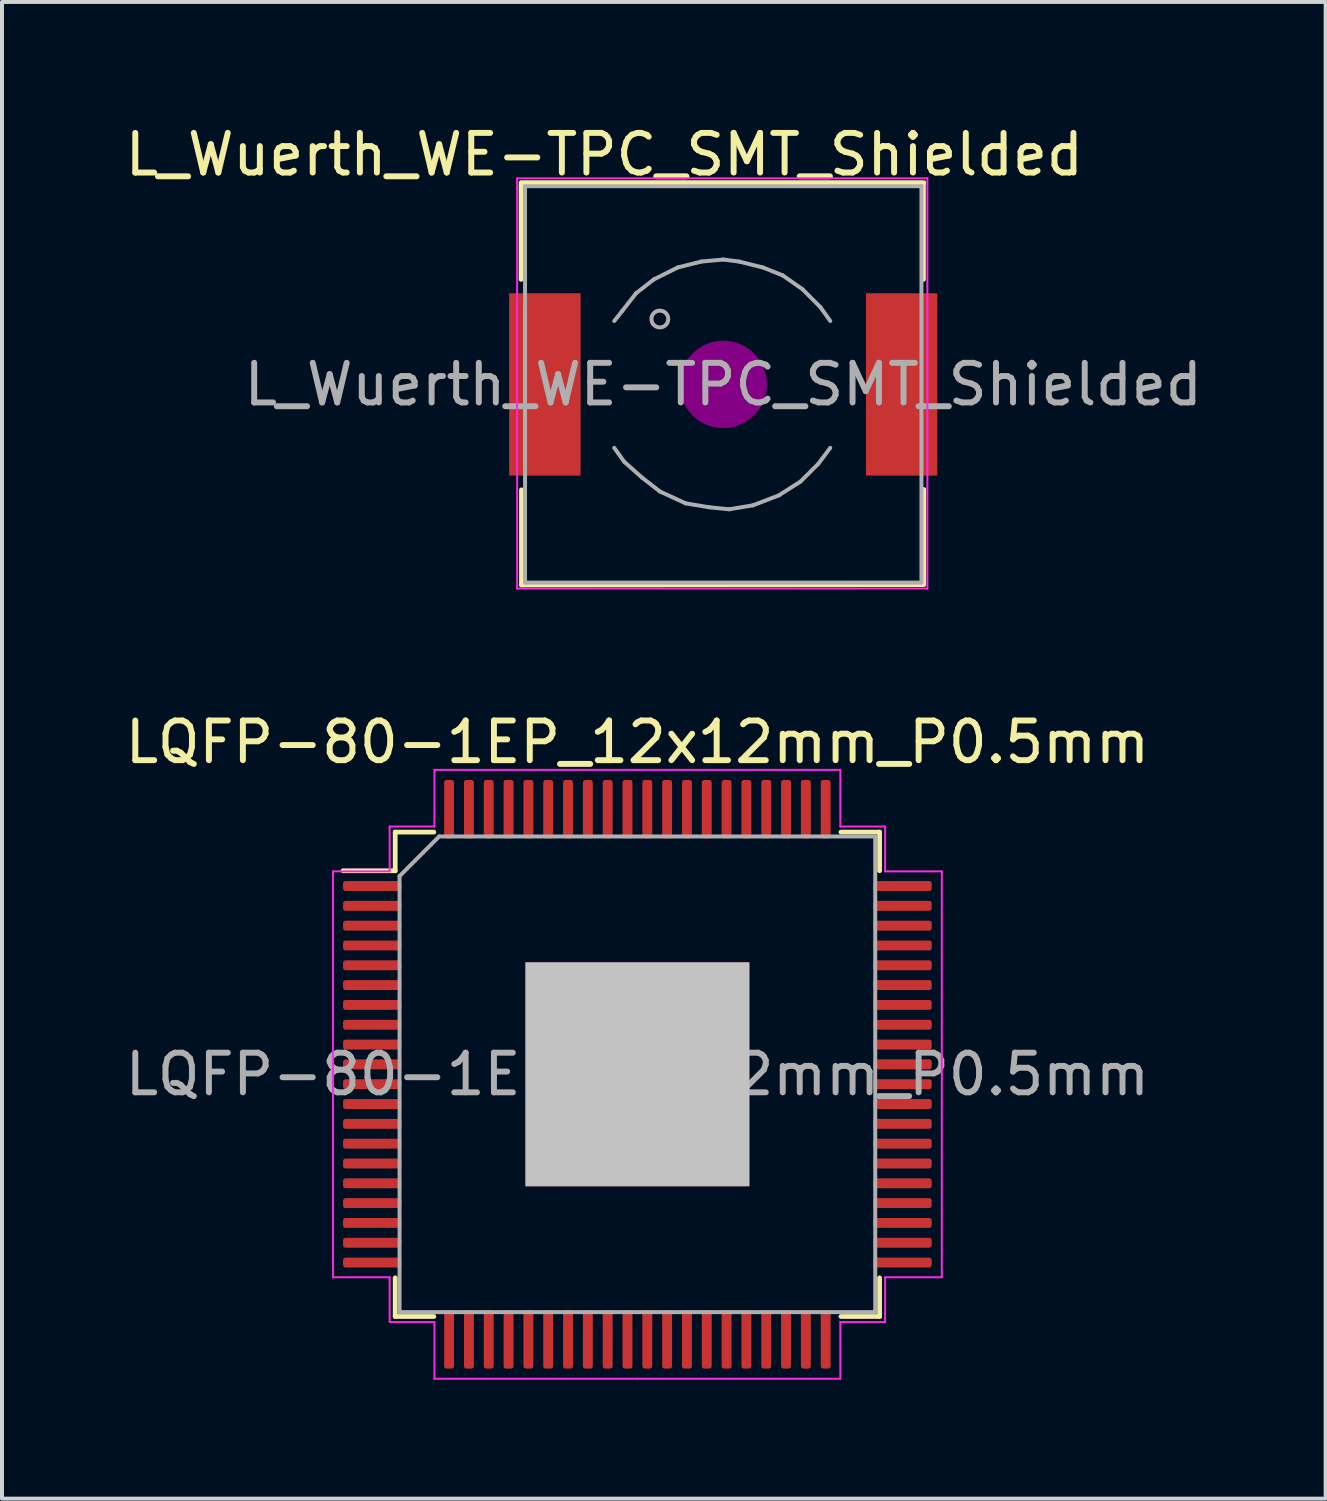
<source format=kicad_pcb>
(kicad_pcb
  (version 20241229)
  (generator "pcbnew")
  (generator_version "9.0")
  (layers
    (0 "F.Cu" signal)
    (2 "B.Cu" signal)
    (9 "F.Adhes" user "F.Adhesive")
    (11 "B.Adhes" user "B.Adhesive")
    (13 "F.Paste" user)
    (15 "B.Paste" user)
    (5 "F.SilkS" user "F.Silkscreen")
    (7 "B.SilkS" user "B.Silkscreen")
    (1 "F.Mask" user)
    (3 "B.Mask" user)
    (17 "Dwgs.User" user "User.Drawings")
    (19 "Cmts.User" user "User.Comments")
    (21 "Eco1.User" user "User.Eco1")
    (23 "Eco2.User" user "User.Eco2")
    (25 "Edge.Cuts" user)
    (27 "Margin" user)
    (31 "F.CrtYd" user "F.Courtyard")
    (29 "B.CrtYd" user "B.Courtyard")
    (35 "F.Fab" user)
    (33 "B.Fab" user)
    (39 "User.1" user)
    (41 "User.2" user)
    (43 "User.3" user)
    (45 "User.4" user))
  (footprint "LQFP-80-1EP_12x12mm_P0.5mm"
    (layer "F.Cu")
    (at 13.03 24.052)
    (property "Reference" "LQFP-80-1EP_12x12mm_P0.5mm" (at 0 -8.38 0) (layer "F.SilkS") (effects (font (size 1 1) (thickness 0.15))))
    (attr smd)
    (fp_line (start -6.11 -6.11) (end -6.11 -5.135) (stroke (width 0.12) (type solid)) (layer "F.SilkS"))
    (fp_line (start -6.11 -5.135) (end -7.425 -5.135) (stroke (width 0.12) (type solid)) (layer "F.SilkS"))
    (fp_line (start -6.11 6.11) (end -6.11 5.135) (stroke (width 0.12) (type solid)) (layer "F.SilkS"))
    (fp_line (start -5.135 -6.11) (end -6.11 -6.11) (stroke (width 0.12) (type solid)) (layer "F.SilkS"))
    (fp_line (start -5.135 6.11) (end -6.11 6.11) (stroke (width 0.12) (type solid)) (layer "F.SilkS"))
    (fp_line (start 5.135 -6.11) (end 6.11 -6.11) (stroke (width 0.12) (type solid)) (layer "F.SilkS"))
    (fp_line (start 5.135 6.11) (end 6.11 6.11) (stroke (width 0.12) (type solid)) (layer "F.SilkS"))
    (fp_line (start 6.11 -6.11) (end 6.11 -5.135) (stroke (width 0.12) (type solid)) (layer "F.SilkS"))
    (fp_line (start 6.11 6.11) (end 6.11 5.135) (stroke (width 0.12) (type solid)) (layer "F.SilkS"))
    (fp_rect (start -2.254 -2.254) (end -1.492 -1.492) (stroke (width 0.12) (type solid)) (fill yes) (layer "F.Paste"))
    (fp_rect (start -2.254 -0.984) (end -1.492 -0.222) (stroke (width 0.12) (type solid)) (fill yes) (layer "F.Paste"))
    (fp_rect (start -2.254 0.286) (end -1.492 1.048) (stroke (width 0.12) (type solid)) (fill yes) (layer "F.Paste"))
    (fp_rect (start -2.254 1.556) (end -1.492 2.318) (stroke (width 0.12) (type solid)) (fill yes) (layer "F.Paste"))
    (fp_rect (start -0.984 -2.254) (end -0.222 -1.492) (stroke (width 0.12) (type solid)) (fill yes) (layer "F.Paste"))
    (fp_rect (start -0.984 -0.984) (end -0.222 -0.222) (stroke (width 0.12) (type solid)) (fill yes) (layer "F.Paste"))
    (fp_rect (start -0.984 0.286) (end -0.222 1.048) (stroke (width 0.12) (type solid)) (fill yes) (layer "F.Paste"))
    (fp_rect (start -0.984 1.556) (end -0.222 2.318) (stroke (width 0.12) (type solid)) (fill yes) (layer "F.Paste"))
    (fp_rect (start 0.286 -2.254) (end 1.048 -1.492) (stroke (width 0.12) (type solid)) (fill yes) (layer "F.Paste"))
    (fp_rect (start 0.286 -0.984) (end 1.048 -0.222) (stroke (width 0.12) (type solid)) (fill yes) (layer "F.Paste"))
    (fp_rect (start 0.286 0.286) (end 1.048 1.048) (stroke (width 0.12) (type solid)) (fill yes) (layer "F.Paste"))
    (fp_rect (start 0.286 1.556) (end 1.048 2.318) (stroke (width 0.12) (type solid)) (fill yes) (layer "F.Paste"))
    (fp_rect (start 1.556 -2.254) (end 2.318 -1.492) (stroke (width 0.12) (type solid)) (fill yes) (layer "F.Paste"))
    (fp_rect (start 1.556 -0.984) (end 2.318 -0.222) (stroke (width 0.12) (type solid)) (fill yes) (layer "F.Paste"))
    (fp_rect (start 1.556 0.286) (end 2.318 1.048) (stroke (width 0.12) (type solid)) (fill yes) (layer "F.Paste"))
    (fp_rect (start 1.556 1.556) (end 2.318 2.318) (stroke (width 0.12) (type solid)) (fill yes) (layer "F.Paste"))
    (fp_line (start -7.68 -5.12) (end -7.68 0) (stroke (width 0.05) (type solid)) (layer "F.CrtYd"))
    (fp_line (start -7.68 5.12) (end -7.68 0) (stroke (width 0.05) (type solid)) (layer "F.CrtYd"))
    (fp_line (start -6.25 -6.25) (end -6.25 -5.12) (stroke (width 0.05) (type solid)) (layer "F.CrtYd"))
    (fp_line (start -6.25 -5.12) (end -7.68 -5.12) (stroke (width 0.05) (type solid)) (layer "F.CrtYd"))
    (fp_line (start -6.25 5.12) (end -7.68 5.12) (stroke (width 0.05) (type solid)) (layer "F.CrtYd"))
    (fp_line (start -6.25 6.25) (end -6.25 5.12) (stroke (width 0.05) (type solid)) (layer "F.CrtYd"))
    (fp_line (start -5.12 -7.68) (end -5.12 -6.25) (stroke (width 0.05) (type solid)) (layer "F.CrtYd"))
    (fp_line (start -5.12 -6.25) (end -6.25 -6.25) (stroke (width 0.05) (type solid)) (layer "F.CrtYd"))
    (fp_line (start -5.12 6.25) (end -6.25 6.25) (stroke (width 0.05) (type solid)) (layer "F.CrtYd"))
    (fp_line (start -5.12 7.68) (end -5.12 6.25) (stroke (width 0.05) (type solid)) (layer "F.CrtYd"))
    (fp_line (start 0 -7.68) (end -5.12 -7.68) (stroke (width 0.05) (type solid)) (layer "F.CrtYd"))
    (fp_line (start 0 -7.68) (end 5.12 -7.68) (stroke (width 0.05) (type solid)) (layer "F.CrtYd"))
    (fp_line (start 0 7.68) (end -5.12 7.68) (stroke (width 0.05) (type solid)) (layer "F.CrtYd"))
    (fp_line (start 0 7.68) (end 5.12 7.68) (stroke (width 0.05) (type solid)) (layer "F.CrtYd"))
    (fp_line (start 5.12 -7.68) (end 5.12 -6.25) (stroke (width 0.05) (type solid)) (layer "F.CrtYd"))
    (fp_line (start 5.12 -6.25) (end 6.25 -6.25) (stroke (width 0.05) (type solid)) (layer "F.CrtYd"))
    (fp_line (start 5.12 6.25) (end 6.25 6.25) (stroke (width 0.05) (type solid)) (layer "F.CrtYd"))
    (fp_line (start 5.12 7.68) (end 5.12 6.25) (stroke (width 0.05) (type solid)) (layer "F.CrtYd"))
    (fp_line (start 6.25 -6.25) (end 6.25 -5.12) (stroke (width 0.05) (type solid)) (layer "F.CrtYd"))
    (fp_line (start 6.25 -5.12) (end 7.68 -5.12) (stroke (width 0.05) (type solid)) (layer "F.CrtYd"))
    (fp_line (start 6.25 5.12) (end 7.68 5.12) (stroke (width 0.05) (type solid)) (layer "F.CrtYd"))
    (fp_line (start 6.25 6.25) (end 6.25 5.12) (stroke (width 0.05) (type solid)) (layer "F.CrtYd"))
    (fp_line (start 7.68 -5.12) (end 7.68 0) (stroke (width 0.05) (type solid)) (layer "F.CrtYd"))
    (fp_line (start 7.68 5.12) (end 7.68 0) (stroke (width 0.05) (type solid)) (layer "F.CrtYd"))
    (fp_line (start -6 -5) (end -5 -6) (stroke (width 0.1) (type solid)) (layer "F.Fab"))
    (fp_line (start -6 6) (end -6 -5) (stroke (width 0.1) (type solid)) (layer "F.Fab"))
    (fp_line (start -5 -6) (end 6 -6) (stroke (width 0.1) (type solid)) (layer "F.Fab"))
    (fp_line (start 6 -6) (end 6 6) (stroke (width 0.1) (type solid)) (layer "F.Fab"))
    (fp_line (start 6 6) (end -6 6) (stroke (width 0.1) (type solid)) (layer "F.Fab"))
    (fp_text user "${REFERENCE}" (at 0 0 0) (layer "F.Fab") (effects (font (size 1 1) (thickness 0.15))))
    (pad "1" smd roundrect (at -6.688 -4.75) (size 1.475 0.25) (layers "F.Cu" "F.Mask" "F.Paste") (roundrect_rratio 0.25))
    (pad "2" smd roundrect (at -6.688 -4.25) (size 1.475 0.25) (layers "F.Cu" "F.Mask" "F.Paste") (roundrect_rratio 0.25))
    (pad "3" smd roundrect (at -6.688 -3.75) (size 1.475 0.25) (layers "F.Cu" "F.Mask" "F.Paste") (roundrect_rratio 0.25))
    (pad "4" smd roundrect (at -6.688 -3.25) (size 1.475 0.25) (layers "F.Cu" "F.Mask" "F.Paste") (roundrect_rratio 0.25))
    (pad "5" smd roundrect (at -6.688 -2.75) (size 1.475 0.25) (layers "F.Cu" "F.Mask" "F.Paste") (roundrect_rratio 0.25))
    (pad "6" smd roundrect (at -6.688 -2.25) (size 1.475 0.25) (layers "F.Cu" "F.Mask" "F.Paste") (roundrect_rratio 0.25))
    (pad "7" smd roundrect (at -6.688 -1.75) (size 1.475 0.25) (layers "F.Cu" "F.Mask" "F.Paste") (roundrect_rratio 0.25))
    (pad "8" smd roundrect (at -6.688 -1.25) (size 1.475 0.25) (layers "F.Cu" "F.Mask" "F.Paste") (roundrect_rratio 0.25))
    (pad "9" smd roundrect (at -6.688 -0.75) (size 1.475 0.25) (layers "F.Cu" "F.Mask" "F.Paste") (roundrect_rratio 0.25))
    (pad "10" smd roundrect (at -6.688 -0.25) (size 1.475 0.25) (layers "F.Cu" "F.Mask" "F.Paste") (roundrect_rratio 0.25))
    (pad "11" smd roundrect (at -6.688 0.25) (size 1.475 0.25) (layers "F.Cu" "F.Mask" "F.Paste") (roundrect_rratio 0.25))
    (pad "12" smd roundrect (at -6.688 0.75) (size 1.475 0.25) (layers "F.Cu" "F.Mask" "F.Paste") (roundrect_rratio 0.25))
    (pad "13" smd roundrect (at -6.688 1.25) (size 1.475 0.25) (layers "F.Cu" "F.Mask" "F.Paste") (roundrect_rratio 0.25))
    (pad "14" smd roundrect (at -6.688 1.75) (size 1.475 0.25) (layers "F.Cu" "F.Mask" "F.Paste") (roundrect_rratio 0.25))
    (pad "15" smd roundrect (at -6.688 2.25) (size 1.475 0.25) (layers "F.Cu" "F.Mask" "F.Paste") (roundrect_rratio 0.25))
    (pad "16" smd roundrect (at -6.688 2.75) (size 1.475 0.25) (layers "F.Cu" "F.Mask" "F.Paste") (roundrect_rratio 0.25))
    (pad "17" smd roundrect (at -6.688 3.25) (size 1.475 0.25) (layers "F.Cu" "F.Mask" "F.Paste") (roundrect_rratio 0.25))
    (pad "18" smd roundrect (at -6.688 3.75) (size 1.475 0.25) (layers "F.Cu" "F.Mask" "F.Paste") (roundrect_rratio 0.25))
    (pad "19" smd roundrect (at -6.688 4.25) (size 1.475 0.25) (layers "F.Cu" "F.Mask" "F.Paste") (roundrect_rratio 0.25))
    (pad "20" smd roundrect (at -6.688 4.75) (size 1.475 0.25) (layers "F.Cu" "F.Mask" "F.Paste") (roundrect_rratio 0.25))
    (pad "21" smd roundrect (at -4.75 6.688) (size 0.25 1.475) (layers "F.Cu" "F.Mask" "F.Paste") (roundrect_rratio 0.25))
    (pad "22" smd roundrect (at -4.25 6.688) (size 0.25 1.475) (layers "F.Cu" "F.Mask" "F.Paste") (roundrect_rratio 0.25))
    (pad "23" smd roundrect (at -3.75 6.688) (size 0.25 1.475) (layers "F.Cu" "F.Mask" "F.Paste") (roundrect_rratio 0.25))
    (pad "24" smd roundrect (at -3.25 6.688) (size 0.25 1.475) (layers "F.Cu" "F.Mask" "F.Paste") (roundrect_rratio 0.25))
    (pad "25" smd roundrect (at -2.75 6.688) (size 0.25 1.475) (layers "F.Cu" "F.Mask" "F.Paste") (roundrect_rratio 0.25))
    (pad "26" smd roundrect (at -2.25 6.688) (size 0.25 1.475) (layers "F.Cu" "F.Mask" "F.Paste") (roundrect_rratio 0.25))
    (pad "27" smd roundrect (at -1.75 6.688) (size 0.25 1.475) (layers "F.Cu" "F.Mask" "F.Paste") (roundrect_rratio 0.25))
    (pad "28" smd roundrect (at -1.25 6.688) (size 0.25 1.475) (layers "F.Cu" "F.Mask" "F.Paste") (roundrect_rratio 0.25))
    (pad "29" smd roundrect (at -0.75 6.688) (size 0.25 1.475) (layers "F.Cu" "F.Mask" "F.Paste") (roundrect_rratio 0.25))
    (pad "30" smd roundrect (at -0.25 6.688) (size 0.25 1.475) (layers "F.Cu" "F.Mask" "F.Paste") (roundrect_rratio 0.25))
    (pad "31" smd roundrect (at 0.25 6.688) (size 0.25 1.475) (layers "F.Cu" "F.Mask" "F.Paste") (roundrect_rratio 0.25))
    (pad "32" smd roundrect (at 0.75 6.688) (size 0.25 1.475) (layers "F.Cu" "F.Mask" "F.Paste") (roundrect_rratio 0.25))
    (pad "33" smd roundrect (at 1.25 6.688) (size 0.25 1.475) (layers "F.Cu" "F.Mask" "F.Paste") (roundrect_rratio 0.25))
    (pad "34" smd roundrect (at 1.75 6.688) (size 0.25 1.475) (layers "F.Cu" "F.Mask" "F.Paste") (roundrect_rratio 0.25))
    (pad "35" smd roundrect (at 2.25 6.688) (size 0.25 1.475) (layers "F.Cu" "F.Mask" "F.Paste") (roundrect_rratio 0.25))
    (pad "36" smd roundrect (at 2.75 6.688) (size 0.25 1.475) (layers "F.Cu" "F.Mask" "F.Paste") (roundrect_rratio 0.25))
    (pad "37" smd roundrect (at 3.25 6.688) (size 0.25 1.475) (layers "F.Cu" "F.Mask" "F.Paste") (roundrect_rratio 0.25))
    (pad "38" smd roundrect (at 3.75 6.688) (size 0.25 1.475) (layers "F.Cu" "F.Mask" "F.Paste") (roundrect_rratio 0.25))
    (pad "39" smd roundrect (at 4.25 6.688) (size 0.25 1.475) (layers "F.Cu" "F.Mask" "F.Paste") (roundrect_rratio 0.25))
    (pad "40" smd roundrect (at 4.75 6.688) (size 0.25 1.475) (layers "F.Cu" "F.Mask" "F.Paste") (roundrect_rratio 0.25))
    (pad "41" smd roundrect (at 6.688 4.75) (size 1.475 0.25) (layers "F.Cu" "F.Mask" "F.Paste") (roundrect_rratio 0.25))
    (pad "42" smd roundrect (at 6.688 4.25) (size 1.475 0.25) (layers "F.Cu" "F.Mask" "F.Paste") (roundrect_rratio 0.25))
    (pad "43" smd roundrect (at 6.688 3.75) (size 1.475 0.25) (layers "F.Cu" "F.Mask" "F.Paste") (roundrect_rratio 0.25))
    (pad "44" smd roundrect (at 6.688 3.25) (size 1.475 0.25) (layers "F.Cu" "F.Mask" "F.Paste") (roundrect_rratio 0.25))
    (pad "45" smd roundrect (at 6.688 2.75) (size 1.475 0.25) (layers "F.Cu" "F.Mask" "F.Paste") (roundrect_rratio 0.25))
    (pad "46" smd roundrect (at 6.688 2.25) (size 1.475 0.25) (layers "F.Cu" "F.Mask" "F.Paste") (roundrect_rratio 0.25))
    (pad "47" smd roundrect (at 6.688 1.75) (size 1.475 0.25) (layers "F.Cu" "F.Mask" "F.Paste") (roundrect_rratio 0.25))
    (pad "48" smd roundrect (at 6.688 1.25) (size 1.475 0.25) (layers "F.Cu" "F.Mask" "F.Paste") (roundrect_rratio 0.25))
    (pad "49" smd roundrect (at 6.688 0.75) (size 1.475 0.25) (layers "F.Cu" "F.Mask" "F.Paste") (roundrect_rratio 0.25))
    (pad "50" smd roundrect (at 6.688 0.25) (size 1.475 0.25) (layers "F.Cu" "F.Mask" "F.Paste") (roundrect_rratio 0.25))
    (pad "51" smd roundrect (at 6.688 -0.25) (size 1.475 0.25) (layers "F.Cu" "F.Mask" "F.Paste") (roundrect_rratio 0.25))
    (pad "52" smd roundrect (at 6.688 -0.75) (size 1.475 0.25) (layers "F.Cu" "F.Mask" "F.Paste") (roundrect_rratio 0.25))
    (pad "53" smd roundrect (at 6.688 -1.25) (size 1.475 0.25) (layers "F.Cu" "F.Mask" "F.Paste") (roundrect_rratio 0.25))
    (pad "54" smd roundrect (at 6.688 -1.75) (size 1.475 0.25) (layers "F.Cu" "F.Mask" "F.Paste") (roundrect_rratio 0.25))
    (pad "55" smd roundrect (at 6.688 -2.25) (size 1.475 0.25) (layers "F.Cu" "F.Mask" "F.Paste") (roundrect_rratio 0.25))
    (pad "56" smd roundrect (at 6.688 -2.75) (size 1.475 0.25) (layers "F.Cu" "F.Mask" "F.Paste") (roundrect_rratio 0.25))
    (pad "57" smd roundrect (at 6.688 -3.25) (size 1.475 0.25) (layers "F.Cu" "F.Mask" "F.Paste") (roundrect_rratio 0.25))
    (pad "58" smd roundrect (at 6.688 -3.75) (size 1.475 0.25) (layers "F.Cu" "F.Mask" "F.Paste") (roundrect_rratio 0.25))
    (pad "59" smd roundrect (at 6.688 -4.25) (size 1.475 0.25) (layers "F.Cu" "F.Mask" "F.Paste") (roundrect_rratio 0.25))
    (pad "60" smd roundrect (at 6.688 -4.75) (size 1.475 0.25) (layers "F.Cu" "F.Mask" "F.Paste") (roundrect_rratio 0.25))
    (pad "61" smd roundrect (at 4.75 -6.688) (size 0.25 1.475) (layers "F.Cu" "F.Mask" "F.Paste") (roundrect_rratio 0.25))
    (pad "62" smd roundrect (at 4.25 -6.688) (size 0.25 1.475) (layers "F.Cu" "F.Mask" "F.Paste") (roundrect_rratio 0.25))
    (pad "63" smd roundrect (at 3.75 -6.688) (size 0.25 1.475) (layers "F.Cu" "F.Mask" "F.Paste") (roundrect_rratio 0.25))
    (pad "64" smd roundrect (at 3.25 -6.688) (size 0.25 1.475) (layers "F.Cu" "F.Mask" "F.Paste") (roundrect_rratio 0.25))
    (pad "65" smd roundrect (at 2.75 -6.688) (size 0.25 1.475) (layers "F.Cu" "F.Mask" "F.Paste") (roundrect_rratio 0.25))
    (pad "66" smd roundrect (at 2.25 -6.688) (size 0.25 1.475) (layers "F.Cu" "F.Mask" "F.Paste") (roundrect_rratio 0.25))
    (pad "67" smd roundrect (at 1.75 -6.688) (size 0.25 1.475) (layers "F.Cu" "F.Mask" "F.Paste") (roundrect_rratio 0.25))
    (pad "68" smd roundrect (at 1.25 -6.688) (size 0.25 1.475) (layers "F.Cu" "F.Mask" "F.Paste") (roundrect_rratio 0.25))
    (pad "69" smd roundrect (at 0.75 -6.688) (size 0.25 1.475) (layers "F.Cu" "F.Mask" "F.Paste") (roundrect_rratio 0.25))
    (pad "70" smd roundrect (at 0.25 -6.688) (size 0.25 1.475) (layers "F.Cu" "F.Mask" "F.Paste") (roundrect_rratio 0.25))
    (pad "71" smd roundrect (at -0.25 -6.688) (size 0.25 1.475) (layers "F.Cu" "F.Mask" "F.Paste") (roundrect_rratio 0.25))
    (pad "72" smd roundrect (at -0.75 -6.688) (size 0.25 1.475) (layers "F.Cu" "F.Mask" "F.Paste") (roundrect_rratio 0.25))
    (pad "73" smd roundrect (at -1.25 -6.688) (size 0.25 1.475) (layers "F.Cu" "F.Mask" "F.Paste") (roundrect_rratio 0.25))
    (pad "74" smd roundrect (at -1.75 -6.688) (size 0.25 1.475) (layers "F.Cu" "F.Mask" "F.Paste") (roundrect_rratio 0.25))
    (pad "75" smd roundrect (at -2.25 -6.688) (size 0.25 1.475) (layers "F.Cu" "F.Mask" "F.Paste") (roundrect_rratio 0.25))
    (pad "76" smd roundrect (at -2.75 -6.688) (size 0.25 1.475) (layers "F.Cu" "F.Mask" "F.Paste") (roundrect_rratio 0.25))
    (pad "77" smd roundrect (at -3.25 -6.688) (size 0.25 1.475) (layers "F.Cu" "F.Mask" "F.Paste") (roundrect_rratio 0.25))
    (pad "78" smd roundrect (at -3.75 -6.688) (size 0.25 1.475) (layers "F.Cu" "F.Mask" "F.Paste") (roundrect_rratio 0.25))
    (pad "79" smd roundrect (at -4.25 -6.688) (size 0.25 1.475) (layers "F.Cu" "F.Mask" "F.Paste") (roundrect_rratio 0.25))
    (pad "80" smd roundrect (at -4.75 -6.688) (size 0.25 1.475) (layers "F.Cu" "F.Mask" "F.Paste") (roundrect_rratio 0.25))
    (pad "81" smd rect (at 0 0) (size 5.65 5.65) (layers "F.Cu" "F.Mask" "Dwgs.User")))
  (footprint "L_Wuerth_WE-TPC_SMT_Shielded"
    (layer "F.Cu")
    (at 15.196 6.648)
    (property "Reference" "L_Wuerth_WE-TPC_SMT_Shielded" (at -3 -5.8 0) (layer "F.SilkS") (effects (font (size 1 1) (thickness 0.15))))
    (attr smd)
    (fp_line (start -5.1 -2.65) (end -5.1 -5.05) (stroke (width 0.12) (type solid)) (layer "F.SilkS"))
    (fp_line (start -5.09 2.66) (end -5.09 5.06) (stroke (width 0.12) (type solid)) (layer "F.SilkS"))
    (fp_line (start -5.09 5.06) (end 5.04 5.05) (stroke (width 0.12) (type solid)) (layer "F.SilkS"))
    (fp_line (start 5.05 -2.65) (end 5.05 -5.05) (stroke (width 0.12) (type solid)) (layer "F.SilkS"))
    (fp_line (start 5.06 -5.09) (end -5.1 -5.09) (stroke (width 0.12) (type solid)) (layer "F.SilkS"))
    (fp_line (start 5.06 5.05) (end 5.06 2.65) (stroke (width 0.12) (type solid)) (layer "F.SilkS"))
    (fp_circle (center 0 0) (end 0.15 0.15) (stroke (width 0.38) (type solid)) (fill no) (layer "F.Adhes"))
    (fp_circle (center 0 0) (end 0.55 0.05) (stroke (width 0.38) (type solid)) (fill no) (layer "F.Adhes"))
    (fp_circle (center 0 0) (end 0.9 0.15) (stroke (width 0.38) (type solid)) (fill no) (layer "F.Adhes"))
    (fp_line (start -5.2 -5.2) (end 5.15 -5.2) (stroke (width 0.05) (type solid)) (layer "F.CrtYd"))
    (fp_line (start -5.2 5.15) (end -5.2 -5.2) (stroke (width 0.05) (type solid)) (layer "F.CrtYd"))
    (fp_line (start 5.15 -5.2) (end 5.15 5.15) (stroke (width 0.05) (type solid)) (layer "F.CrtYd"))
    (fp_line (start 5.15 5.15) (end -5.2 5.15) (stroke (width 0.05) (type solid)) (layer "F.CrtYd"))
    (fp_line (start -5 -5) (end -5 5) (stroke (width 0.1) (type solid)) (layer "F.Fab"))
    (fp_line (start -5 5) (end 5 5) (stroke (width 0.1) (type solid)) (layer "F.Fab"))
    (fp_line (start -2.75 1.6) (end -2.5 1.95) (stroke (width 0.1) (type solid)) (layer "F.Fab"))
    (fp_line (start -2.55 -1.85) (end -2.75 -1.6) (stroke (width 0.1) (type solid)) (layer "F.Fab"))
    (fp_line (start -2.5 1.95) (end -2.05 2.35) (stroke (width 0.1) (type solid)) (layer "F.Fab"))
    (fp_line (start -2.2 -2.3) (end -2.55 -1.85) (stroke (width 0.1) (type solid)) (layer "F.Fab"))
    (fp_line (start -2.05 2.35) (end -1.6 2.7) (stroke (width 0.1) (type solid)) (layer "F.Fab"))
    (fp_line (start -1.75 -2.65) (end -2.2 -2.3) (stroke (width 0.1) (type solid)) (layer "F.Fab"))
    (fp_line (start -1.6 2.7) (end -0.95 3) (stroke (width 0.1) (type solid)) (layer "F.Fab"))
    (fp_line (start -1.15 -2.95) (end -1.75 -2.65) (stroke (width 0.1) (type solid)) (layer "F.Fab"))
    (fp_line (start -0.95 3) (end -0.35 3.1) (stroke (width 0.1) (type solid)) (layer "F.Fab"))
    (fp_line (start -0.55 -3.1) (end -1.15 -2.95) (stroke (width 0.1) (type solid)) (layer "F.Fab"))
    (fp_line (start -0.35 3.1) (end 0.15 3.15) (stroke (width 0.1) (type solid)) (layer "F.Fab"))
    (fp_line (start 0 -3.15) (end -0.55 -3.1) (stroke (width 0.1) (type solid)) (layer "F.Fab"))
    (fp_line (start 0.15 3.15) (end 0.75 3.05) (stroke (width 0.1) (type solid)) (layer "F.Fab"))
    (fp_line (start 0.4 -3.1) (end 0 -3.15) (stroke (width 0.1) (type solid)) (layer "F.Fab"))
    (fp_line (start 0.75 3.05) (end 1.4 2.8) (stroke (width 0.1) (type solid)) (layer "F.Fab"))
    (fp_line (start 1 -2.95) (end 0.4 -3.1) (stroke (width 0.1) (type solid)) (layer "F.Fab"))
    (fp_line (start 1.4 2.8) (end 1.95 2.45) (stroke (width 0.1) (type solid)) (layer "F.Fab"))
    (fp_line (start 1.5 -2.75) (end 1 -2.95) (stroke (width 0.1) (type solid)) (layer "F.Fab"))
    (fp_line (start 1.95 2.45) (end 2.4 2) (stroke (width 0.1) (type solid)) (layer "F.Fab"))
    (fp_line (start 2 -2.4) (end 1.5 -2.75) (stroke (width 0.1) (type solid)) (layer "F.Fab"))
    (fp_line (start 2.4 2) (end 2.7 1.6) (stroke (width 0.1) (type solid)) (layer "F.Fab"))
    (fp_line (start 2.45 -1.95) (end 2 -2.4) (stroke (width 0.1) (type solid)) (layer "F.Fab"))
    (fp_line (start 2.7 -1.6) (end 2.45 -1.95) (stroke (width 0.1) (type solid)) (layer "F.Fab"))
    (fp_line (start 5 -5) (end -5 -5) (stroke (width 0.1) (type solid)) (layer "F.Fab"))
    (fp_line (start 5 5) (end 5 -5) (stroke (width 0.1) (type solid)) (layer "F.Fab"))
    (fp_circle (center -1.6 -1.65) (end -1.45 -1.5) (stroke (width 0.1) (type solid)) (fill no) (layer "F.Fab"))
    (fp_text user "${REFERENCE}" (at 0 0 0) (layer "F.Fab") (effects (font (size 1 1) (thickness 0.15))))
    (pad "1" smd rect (at -4.5 0) (size 1.8 4.6) (layers "F.Cu" "F.Mask" "F.Paste"))
    (pad "2" smd rect (at 4.5 0) (size 1.8 4.6) (layers "F.Cu" "F.Mask" "F.Paste")))
  (gr_rect
    (start -3 -3)
    (end 30.393 34.757)
    (stroke (width 0.1) (type default))
    (fill no)
    (layer "Edge.Cuts")))
</source>
